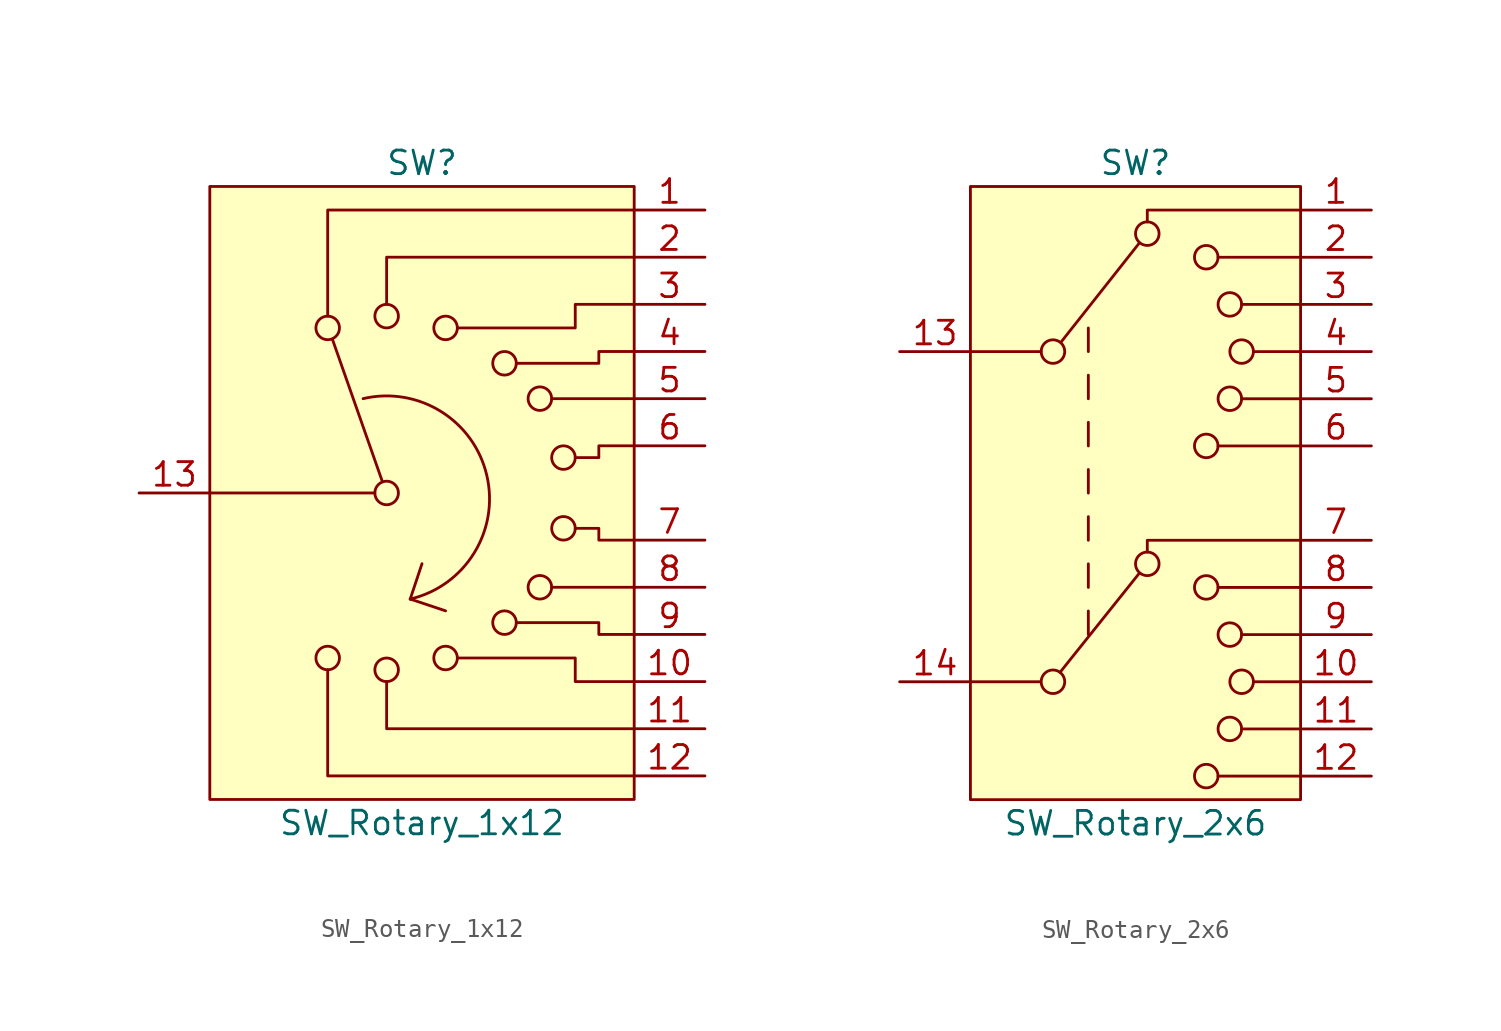
<source format=kicad_sym>
(kicad_symbol_lib
  (version 20231120)
  (generator "kicad_symbol_editor")
  (generator_version "8.0")
  (symbol "SW_Rotary_1x12"
    (pin_names
      (offset 1.016) hide)
    (property "Reference" "SW"
      (at 0 17.78 0)
      (effects (font (size 1.27 1.27))))
    (property "Value" "SW_Rotary_1x12"
      (at 0 -17.78 0)
      (effects (font (size 1.27 1.27))))
    (symbol "SW_Rotary_1x12_0_0"
      (circle (center -5.08 -8.89) (radius 0.635) (stroke (width 0) (type default)) (fill (type none)))
      (circle (center -5.08 8.89) (radius 0.635) (stroke (width 0) (type default)) (fill (type none)))
      (circle (center -1.905 -9.525) (radius 0.635) (stroke (width 0) (type default)) (fill (type none)))
      (circle (center -1.905 0) (radius 0.635) (stroke (width 0) (type default)) (fill (type none)))
      (circle (center -1.905 9.525) (radius 0.635) (stroke (width 0) (type default)) (fill (type none)))
      (arc (start -0.635 -5.715) (mid 3.4777 0.949) (end -3.175 5.08) (stroke (width 0) (type default)) (fill (type none)))
      (polyline (pts (xy -2.134 0.61) (xy -4.826 8.28)) (stroke (width 0) (type default)) (fill (type none)))
      (polyline (pts (xy -0.635 -5.715) (xy 0 -3.81)) (stroke (width 0) (type default)) (fill (type none)))
      (polyline (pts (xy -0.635 -5.715) (xy 1.27 -6.35)) (stroke (width 0) (type default)) (fill (type none)))
      (polyline (pts (xy 6.985 -5.08) (xy 11.43 -5.08)) (stroke (width 0) (type default)) (fill (type none)))
      (polyline (pts (xy 6.985 5.08) (xy 11.43 5.08)) (stroke (width 0) (type default)) (fill (type none)))
      (polyline (pts (xy -5.08 -9.525) (xy -5.08 -15.24) (xy 11.43 -15.24)) (stroke (width 0) (type default)) (fill (type none)))
      (polyline (pts (xy -5.08 9.525) (xy -5.08 15.24) (xy 11.43 15.24)) (stroke (width 0) (type default)) (fill (type none)))
      (polyline (pts (xy -1.905 -10.16) (xy -1.905 -12.7) (xy 11.43 -12.7)) (stroke (width 0) (type default)) (fill (type none)))
      (polyline (pts (xy -1.905 10.16) (xy -1.905 12.7) (xy 11.43 12.7)) (stroke (width 0) (type default)) (fill (type none)))
      (polyline (pts (xy 1.905 -8.89) (xy 8.255 -8.89) (xy 8.255 -10.16) (xy 11.43 -10.16)) (stroke (width 0) (type default)) (fill (type none)))
      (polyline (pts (xy 1.905 8.89) (xy 8.255 8.89) (xy 8.255 10.16) (xy 11.43 10.16)) (stroke (width 0) (type default)) (fill (type none)))
      (polyline (pts (xy 5.08 -6.985) (xy 9.525 -6.985) (xy 9.525 -7.62) (xy 11.43 -7.62)) (stroke (width 0) (type default)) (fill (type none)))
      (polyline (pts (xy 5.08 6.985) (xy 9.525 6.985) (xy 9.525 7.62) (xy 11.43 7.62)) (stroke (width 0) (type default)) (fill (type none)))
      (polyline (pts (xy 8.255 -1.905) (xy 9.525 -1.905) (xy 9.525 -2.54) (xy 11.43 -2.54)) (stroke (width 0) (type default)) (fill (type none)))
      (polyline (pts (xy 8.255 1.905) (xy 9.525 1.905) (xy 9.525 2.54) (xy 11.43 2.54)) (stroke (width 0) (type default)) (fill (type none)))
      (circle (center 1.27 -8.89) (radius 0.635) (stroke (width 0) (type default)) (fill (type none)))
      (circle (center 1.27 8.89) (radius 0.635) (stroke (width 0) (type default)) (fill (type none)))
      (circle (center 4.445 -6.985) (radius 0.635) (stroke (width 0) (type default)) (fill (type none)))
      (circle (center 4.445 6.985) (radius 0.635) (stroke (width 0) (type default)) (fill (type none)))
      (circle (center 6.35 -5.08) (radius 0.635) (stroke (width 0) (type default)) (fill (type none)))
      (circle (center 6.35 5.08) (radius 0.635) (stroke (width 0) (type default)) (fill (type none)))
      (circle (center 7.62 -1.905) (radius 0.635) (stroke (width 0) (type default)) (fill (type none)))
      (circle (center 7.62 1.905) (radius 0.635) (stroke (width 0) (type default)) (fill (type none))))
    (symbol "SW_Rotary_1x12_1_1"
      (rectangle (start -11.43 16.51) (end 11.43 -16.51) (stroke (width 0) (type default)) (fill (type background)))
      (polyline (pts (xy -11.43 0) (xy -2.54 0)) (stroke (width 0) (type default)) (fill (type none)))
      (pin passive line (at 15.24 15.24 180) (length 3.81) (name "1" (effects (font (size 1.27 1.27)))) (number "1" (effects (font (size 1.27 1.27)))))
      (pin passive line (at 15.24 -10.16 180) (length 3.81) (name "10" (effects (font (size 1.27 1.27)))) (number "10" (effects (font (size 1.27 1.27)))))
      (pin passive line (at 15.24 -12.7 180) (length 3.81) (name "11" (effects (font (size 1.27 1.27)))) (number "11" (effects (font (size 1.27 1.27)))))
      (pin passive line (at 15.24 -15.24 180) (length 3.81) (name "12" (effects (font (size 1.27 1.27)))) (number "12" (effects (font (size 1.27 1.27)))))
      (pin passive line (at -15.24 0 0) (length 3.81) (name "13" (effects (font (size 1.27 1.27)))) (number "13" (effects (font (size 1.27 1.27)))))
      (pin passive line (at 15.24 12.7 180) (length 3.81) (name "2" (effects (font (size 1.27 1.27)))) (number "2" (effects (font (size 1.27 1.27)))))
      (pin passive line (at 15.24 10.16 180) (length 3.81) (name "3" (effects (font (size 1.27 1.27)))) (number "3" (effects (font (size 1.27 1.27)))))
      (pin passive line (at 15.24 7.62 180) (length 3.81) (name "4" (effects (font (size 1.27 1.27)))) (number "4" (effects (font (size 1.27 1.27)))))
      (pin passive line (at 15.24 5.08 180) (length 3.81) (name "5" (effects (font (size 1.27 1.27)))) (number "5" (effects (font (size 1.27 1.27)))))
      (pin passive line (at 15.24 2.54 180) (length 3.81) (name "6" (effects (font (size 1.27 1.27)))) (number "6" (effects (font (size 1.27 1.27)))))
      (pin passive line (at 15.24 -2.54 180) (length 3.81) (name "7" (effects (font (size 1.27 1.27)))) (number "7" (effects (font (size 1.27 1.27)))))
      (pin passive line (at 15.24 -5.08 180) (length 3.81) (name "8" (effects (font (size 1.27 1.27)))) (number "8" (effects (font (size 1.27 1.27)))))
      (pin passive line (at 15.24 -7.62 180) (length 3.81) (name "9" (effects (font (size 1.27 1.27)))) (number "9" (effects (font (size 1.27 1.27)))))))
  (symbol "SW_Rotary_2x6"
    (pin_names
      (offset 1.016) hide)
    (property "Reference" "SW"
      (at 0 17.78 0)
      (effects (font (size 1.27 1.27))))
    (property "Value" "SW_Rotary_2x6"
      (at 0 -17.78 0)
      (effects (font (size 1.27 1.27))))
    (symbol "SW_Rotary_2x6_0_0"
      (circle (center -4.445 -10.16) (radius 0.635) (stroke (width 0) (type default)) (fill (type none)))
      (circle (center -4.445 7.62) (radius 0.635) (stroke (width 0) (type default)) (fill (type none)))
      (polyline (pts (xy -4.064 -9.652) (xy 0.203 -4.318)) (stroke (width 0) (type default)) (fill (type none)))
      (polyline (pts (xy -4.013 8.128) (xy 0.203 13.462)) (stroke (width 0) (type default)) (fill (type none)))
      (polyline (pts (xy -2.54 -7.62) (xy -2.54 -6.35)) (stroke (width 0) (type default)) (fill (type none)))
      (polyline (pts (xy -2.54 -5.08) (xy -2.54 -3.81)) (stroke (width 0) (type default)) (fill (type none)))
      (polyline (pts (xy -2.54 -2.54) (xy -2.54 -1.27)) (stroke (width 0) (type default)) (fill (type none)))
      (polyline (pts (xy -2.54 0) (xy -2.54 1.27)) (stroke (width 0) (type default)) (fill (type none)))
      (polyline (pts (xy -2.54 2.54) (xy -2.54 3.81)) (stroke (width 0) (type default)) (fill (type none)))
      (polyline (pts (xy -2.54 5.08) (xy -2.54 6.35)) (stroke (width 0) (type default)) (fill (type none)))
      (polyline (pts (xy -2.54 7.62) (xy -2.54 8.89)) (stroke (width 0) (type default)) (fill (type none)))
      (polyline (pts (xy 4.445 -5.08) (xy 8.89 -5.08)) (stroke (width 0) (type default)) (fill (type none)))
      (polyline (pts (xy 4.445 12.7) (xy 8.89 12.7)) (stroke (width 0) (type default)) (fill (type none)))
      (polyline (pts (xy 5.715 -12.7) (xy 8.89 -12.7)) (stroke (width 0) (type default)) (fill (type none)))
      (polyline (pts (xy 5.715 -7.62) (xy 8.89 -7.62)) (stroke (width 0) (type default)) (fill (type none)))
      (polyline (pts (xy 5.715 5.08) (xy 8.89 5.08)) (stroke (width 0) (type default)) (fill (type none)))
      (polyline (pts (xy 5.715 10.16) (xy 8.89 10.16)) (stroke (width 0) (type default)) (fill (type none)))
      (polyline (pts (xy 6.35 -10.16) (xy 8.89 -10.16)) (stroke (width 0) (type default)) (fill (type none)))
      (polyline (pts (xy 6.35 7.62) (xy 8.89 7.62)) (stroke (width 0) (type default)) (fill (type none)))
      (polyline (pts (xy 8.89 -15.24) (xy 4.445 -15.24)) (stroke (width 0) (type default)) (fill (type none)))
      (polyline (pts (xy 8.89 2.54) (xy 4.445 2.54)) (stroke (width 0) (type default)) (fill (type none)))
      (polyline (pts (xy 0.635 -3.175) (xy 0.635 -2.54) (xy 8.89 -2.54)) (stroke (width 0) (type default)) (fill (type none)))
      (polyline (pts (xy 0.635 14.605) (xy 0.635 15.24) (xy 8.89 15.24)) (stroke (width 0) (type default)) (fill (type none)))
      (circle (center 0.635 -3.81) (radius 0.635) (stroke (width 0) (type default)) (fill (type none)))
      (circle (center 0.635 13.97) (radius 0.635) (stroke (width 0) (type default)) (fill (type none)))
      (circle (center 3.81 -15.24) (radius 0.635) (stroke (width 0) (type default)) (fill (type none)))
      (circle (center 3.81 -5.08) (radius 0.635) (stroke (width 0) (type default)) (fill (type none)))
      (circle (center 3.81 2.54) (radius 0.635) (stroke (width 0) (type default)) (fill (type none)))
      (circle (center 3.81 12.7) (radius 0.635) (stroke (width 0) (type default)) (fill (type none)))
      (circle (center 5.08 -12.7) (radius 0.635) (stroke (width 0) (type default)) (fill (type none)))
      (circle (center 5.08 -7.62) (radius 0.635) (stroke (width 0) (type default)) (fill (type none)))
      (circle (center 5.08 5.08) (radius 0.635) (stroke (width 0) (type default)) (fill (type none)))
      (circle (center 5.08 10.16) (radius 0.635) (stroke (width 0) (type default)) (fill (type none)))
      (circle (center 5.715 -10.16) (radius 0.635) (stroke (width 0) (type default)) (fill (type none)))
      (circle (center 5.715 7.62) (radius 0.635) (stroke (width 0) (type default)) (fill (type none))))
    (symbol "SW_Rotary_2x6_0_1"
      (polyline (pts (xy -5.131 -10.16) (xy -8.89 -10.16)) (stroke (width 0) (type default)) (fill (type none)))
      (polyline (pts (xy -5.08 7.62) (xy -8.89 7.62)) (stroke (width 0) (type default)) (fill (type none))))
    (symbol "SW_Rotary_2x6_1_1"
      (rectangle (start -8.89 16.51) (end 8.89 -16.51) (stroke (width 0) (type default)) (fill (type background)))
      (pin passive line (at 12.7 15.24 180) (length 3.81) (name "1" (effects (font (size 1.27 1.27)))) (number "1" (effects (font (size 1.27 1.27)))))
      (pin passive line (at 12.7 -10.16 180) (length 3.81) (name "10" (effects (font (size 1.27 1.27)))) (number "10" (effects (font (size 1.27 1.27)))))
      (pin passive line (at 12.7 -12.7 180) (length 3.81) (name "11" (effects (font (size 1.27 1.27)))) (number "11" (effects (font (size 1.27 1.27)))))
      (pin passive line (at 12.7 -15.24 180) (length 3.81) (name "12" (effects (font (size 1.27 1.27)))) (number "12" (effects (font (size 1.27 1.27)))))
      (pin passive line (at -12.7 7.62 0) (length 3.81) (name "13" (effects (font (size 1.27 1.27)))) (number "13" (effects (font (size 1.27 1.27)))))
      (pin passive line (at -12.7 -10.16 0) (length 3.81) (name "14" (effects (font (size 1.27 1.27)))) (number "14" (effects (font (size 1.27 1.27)))))
      (pin passive line (at 12.7 12.7 180) (length 3.81) (name "2" (effects (font (size 1.27 1.27)))) (number "2" (effects (font (size 1.27 1.27)))))
      (pin passive line (at 12.7 10.16 180) (length 3.81) (name "3" (effects (font (size 1.27 1.27)))) (number "3" (effects (font (size 1.27 1.27)))))
      (pin passive line (at 12.7 7.62 180) (length 3.81) (name "4" (effects (font (size 1.27 1.27)))) (number "4" (effects (font (size 1.27 1.27)))))
      (pin passive line (at 12.7 5.08 180) (length 3.81) (name "5" (effects (font (size 1.27 1.27)))) (number "5" (effects (font (size 1.27 1.27)))))
      (pin passive line (at 12.7 2.54 180) (length 3.81) (name "6" (effects (font (size 1.27 1.27)))) (number "6" (effects (font (size 1.27 1.27)))))
      (pin passive line (at 12.7 -2.54 180) (length 3.81) (name "7" (effects (font (size 1.27 1.27)))) (number "7" (effects (font (size 1.27 1.27)))))
      (pin passive line (at 12.7 -5.08 180) (length 3.81) (name "8" (effects (font (size 1.27 1.27)))) (number "8" (effects (font (size 1.27 1.27)))))
      (pin passive line (at 12.7 -7.62 180) (length 3.81) (name "9" (effects (font (size 1.27 1.27)))) (number "9" (effects (font (size 1.27 1.27))))))))
</source>
